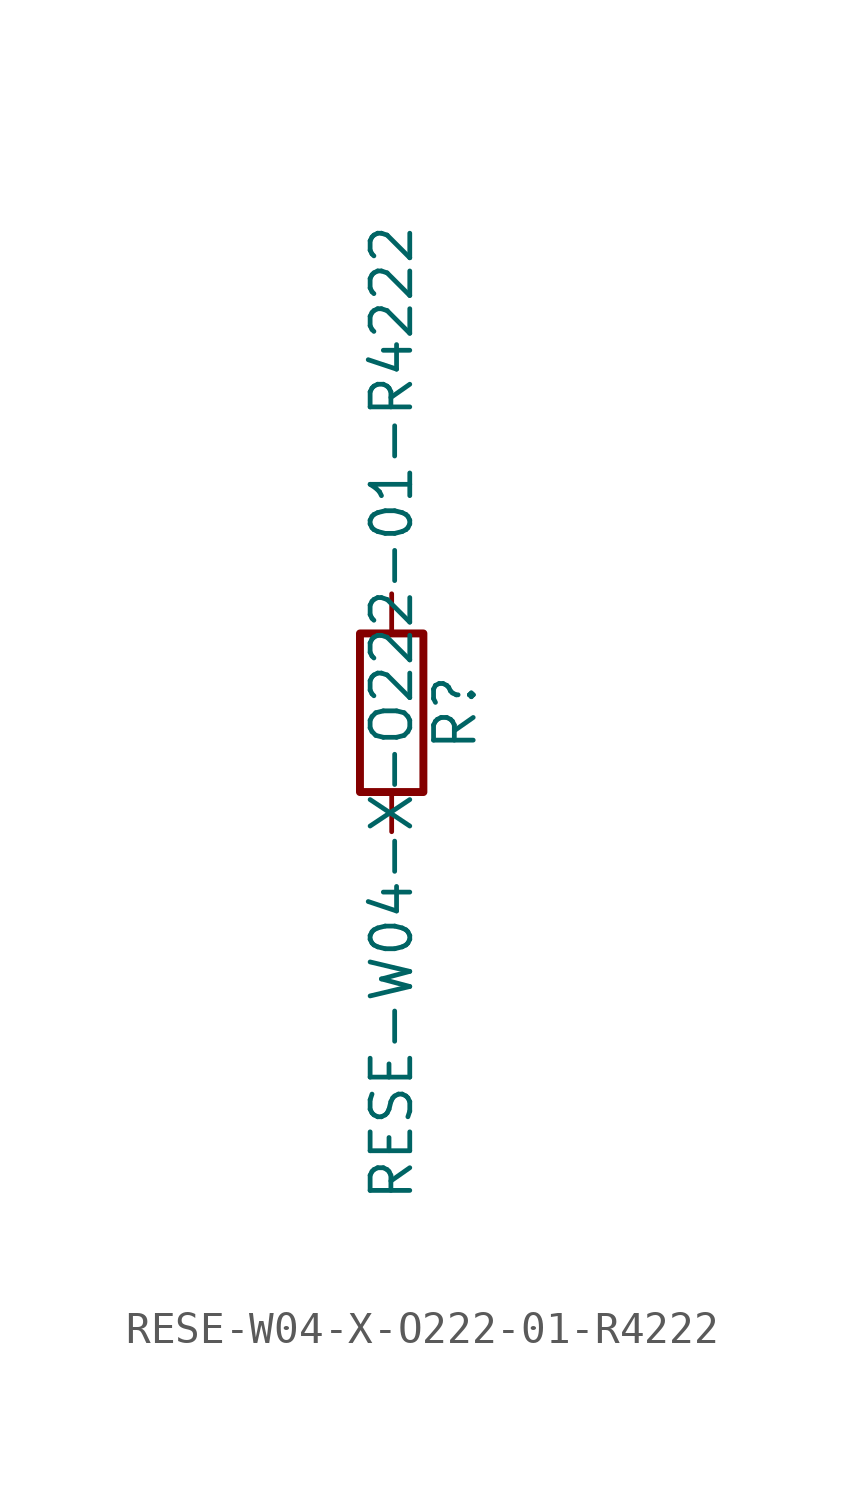
<source format=kicad_sym>
(kicad_symbol_lib
  (version 20211014)
  (generator kicad_symbol_editor)
  (symbol "RESE-W04-X-O222-01-R4222"
    (pin_numbers hide)
    (pin_names
      (offset 0))
    (property "Reference" "R"
      (at 2.032 0 90)
      (effects (font (size 1.27 1.27))))
    (property "Value" "RESE-W04-X-O222-01-R4222"
      (at 0 0 90)
      (effects (font (size 1.27 1.27))))
    (symbol "RESE-W04-X-O222-01-R4222_0_1"
      (rectangle (start -1.016 -2.54) (end 1.016 2.54) (stroke (width 0.254) (type default) (color 0 0 0 0)) (fill (type none))))
    (symbol "RESE-W04-X-O222-01-R4222_1_1"
      (pin passive line (at 0 3.81 270) (length 1.27) (name "~" (effects (font (size 1.27 1.27)))) (number "1" (effects (font (size 1.27 1.27)))))
      (pin passive line (at 0 -3.81 90) (length 1.27) (name "~" (effects (font (size 1.27 1.27)))) (number "2" (effects (font (size 1.27 1.27))))))))
</source>
